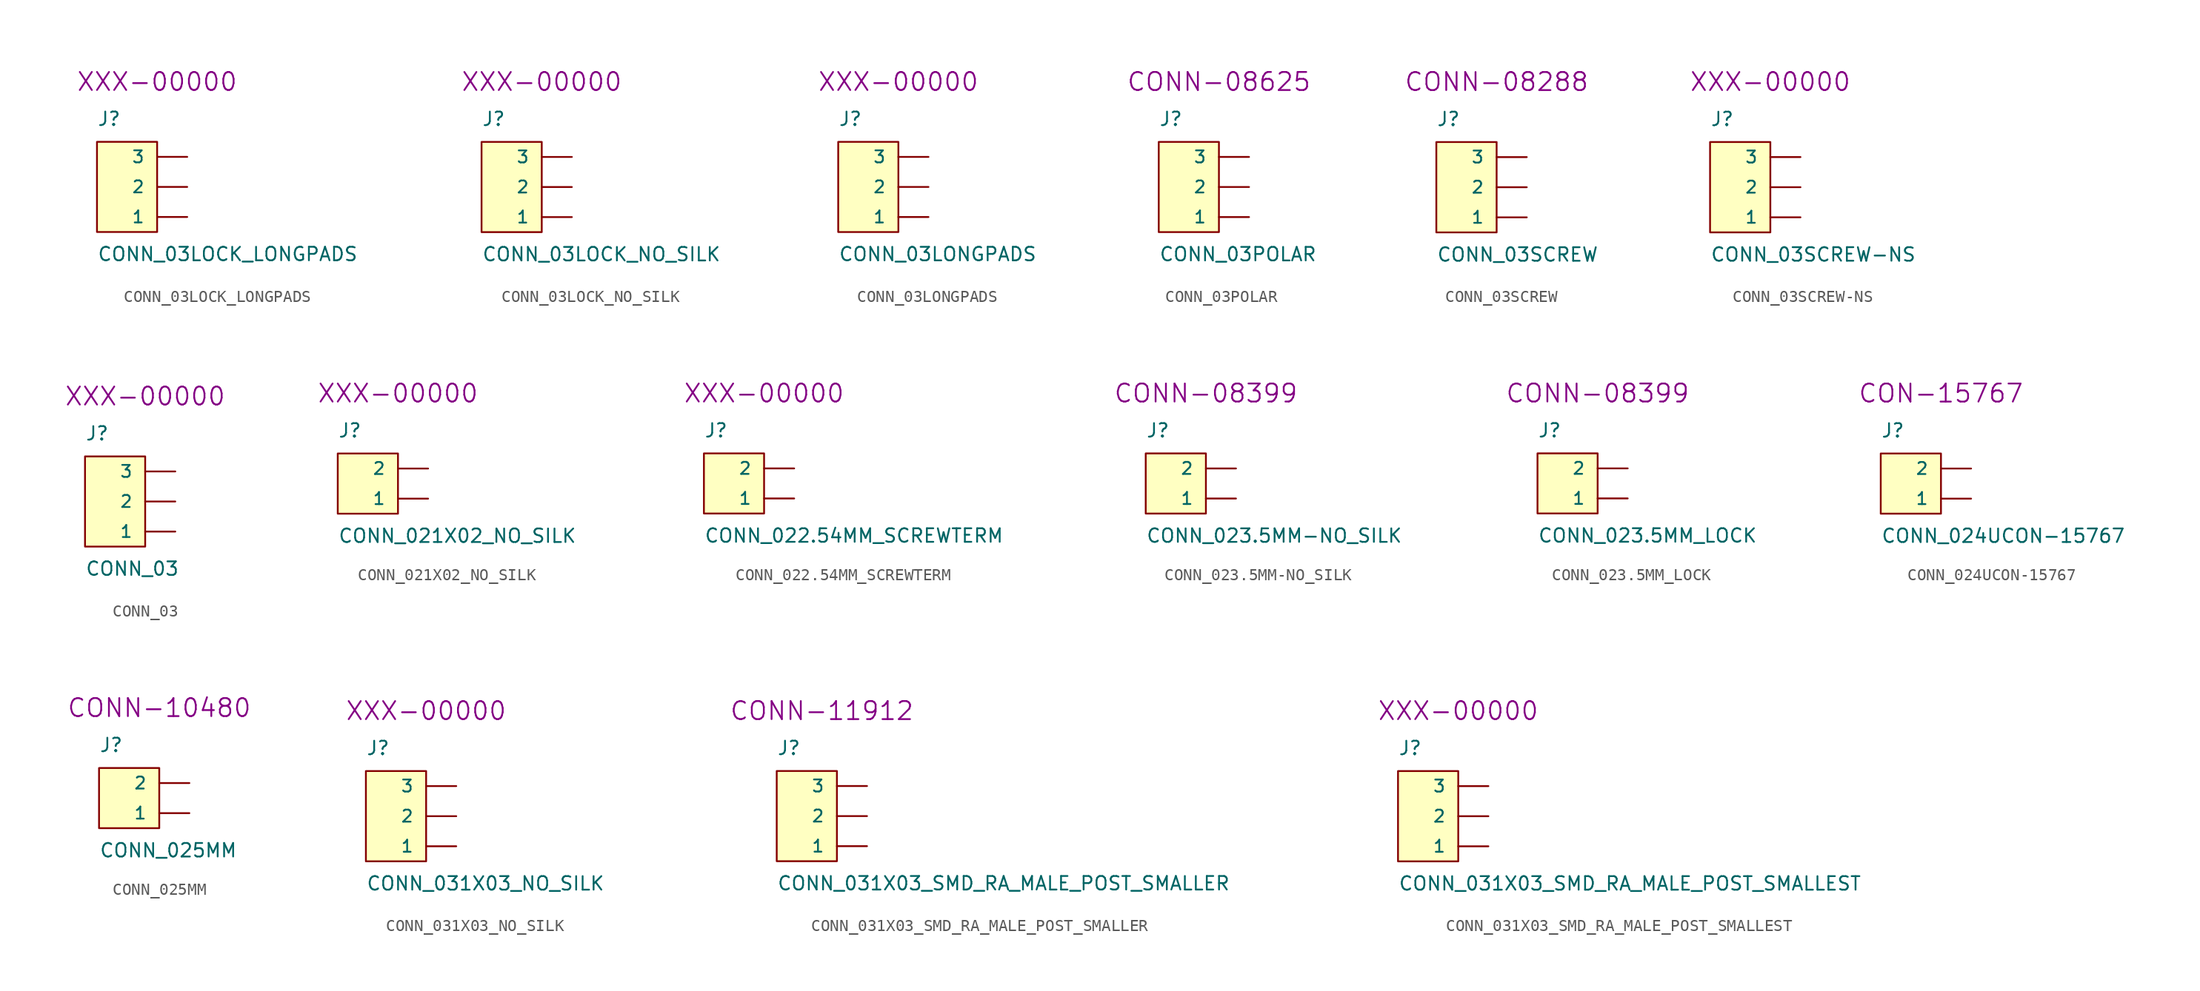
<source format=kicad_sym>
(kicad_symbol_lib
  (version 20201005)
  (generator kicad_symbol_editor)
  (symbol "CONN_03LOCK_LONGPADS"
    (pin_numbers hide)
    (pin_names
      (offset 1.016))
    (property "Reference" "J"
      (at -5.08 7.62 0)
      (effects (font (size 1.143 1.143)) (justify left bottom)))
    (property "Value" "CONN_03LOCK_LONGPADS"
      (at -5.08 -3.81 0)
      (effects (font (size 1.143 1.143)) (justify left bottom)))
    (property "Field4" "XXX-00000"
      (at 0 11.43 0)
      (effects (font (size 1.524 1.524))))
    (property "ki_locked" ""
      (at 0 0 0)
      (effects (font (size 1.27 1.27))))
    (symbol "CONN_03LOCK_LONGPADS_0_1"
      (rectangle (start 0 -1.27) (end -5.08 6.35) (stroke (width 0)) (fill (type background))))
    (symbol "CONN_03LOCK_LONGPADS_1_1"
      (pin passive line (at 2.54 0 180) (length 2.54) (name "1" (effects (font (size 1.016 1.016)))) (number "1" (effects (font (size 1.016 1.016)))))
      (pin passive line (at 2.54 2.54 180) (length 2.54) (name "2" (effects (font (size 1.016 1.016)))) (number "2" (effects (font (size 1.016 1.016)))))
      (pin passive line (at 2.54 5.08 180) (length 2.54) (name "3" (effects (font (size 1.016 1.016)))) (number "3" (effects (font (size 1.016 1.016)))))))
  (symbol "CONN_03LOCK_NO_SILK"
    (pin_numbers hide)
    (pin_names
      (offset 1.016))
    (property "Reference" "J"
      (at -5.08 7.62 0)
      (effects (font (size 1.143 1.143)) (justify left bottom)))
    (property "Value" "CONN_03LOCK_NO_SILK"
      (at -5.08 -3.81 0)
      (effects (font (size 1.143 1.143)) (justify left bottom)))
    (property "Field4" "XXX-00000"
      (at 0 11.43 0)
      (effects (font (size 1.524 1.524))))
    (property "ki_locked" ""
      (at 0 0 0)
      (effects (font (size 1.27 1.27))))
    (symbol "CONN_03LOCK_NO_SILK_0_1"
      (rectangle (start 0 -1.27) (end -5.08 6.35) (stroke (width 0)) (fill (type background))))
    (symbol "CONN_03LOCK_NO_SILK_1_1"
      (pin passive line (at 2.54 0 180) (length 2.54) (name "1" (effects (font (size 1.016 1.016)))) (number "1" (effects (font (size 1.016 1.016)))))
      (pin passive line (at 2.54 2.54 180) (length 2.54) (name "2" (effects (font (size 1.016 1.016)))) (number "2" (effects (font (size 1.016 1.016)))))
      (pin passive line (at 2.54 5.08 180) (length 2.54) (name "3" (effects (font (size 1.016 1.016)))) (number "3" (effects (font (size 1.016 1.016)))))))
  (symbol "CONN_03LONGPADS"
    (pin_numbers hide)
    (pin_names
      (offset 1.016))
    (property "Reference" "J"
      (at -5.08 7.62 0)
      (effects (font (size 1.143 1.143)) (justify left bottom)))
    (property "Value" "CONN_03LONGPADS"
      (at -5.08 -3.81 0)
      (effects (font (size 1.143 1.143)) (justify left bottom)))
    (property "Field4" "XXX-00000"
      (at 0 11.43 0)
      (effects (font (size 1.524 1.524))))
    (property "ki_locked" ""
      (at 0 0 0)
      (effects (font (size 1.27 1.27))))
    (symbol "CONN_03LONGPADS_0_1"
      (rectangle (start 0 -1.27) (end -5.08 6.35) (stroke (width 0)) (fill (type background))))
    (symbol "CONN_03LONGPADS_1_1"
      (pin passive line (at 2.54 0 180) (length 2.54) (name "1" (effects (font (size 1.016 1.016)))) (number "1" (effects (font (size 1.016 1.016)))))
      (pin passive line (at 2.54 2.54 180) (length 2.54) (name "2" (effects (font (size 1.016 1.016)))) (number "2" (effects (font (size 1.016 1.016)))))
      (pin passive line (at 2.54 5.08 180) (length 2.54) (name "3" (effects (font (size 1.016 1.016)))) (number "3" (effects (font (size 1.016 1.016)))))))
  (symbol "CONN_03POLAR"
    (pin_numbers hide)
    (pin_names
      (offset 1.016))
    (property "Reference" "J"
      (at -5.08 7.62 0)
      (effects (font (size 1.143 1.143)) (justify left bottom)))
    (property "Value" "CONN_03POLAR"
      (at -5.08 -3.81 0)
      (effects (font (size 1.143 1.143)) (justify left bottom)))
    (property "Field4" "CONN-08625"
      (at 0 11.43 0)
      (effects (font (size 1.524 1.524))))
    (property "ki_locked" ""
      (at 0 0 0)
      (effects (font (size 1.27 1.27))))
    (symbol "CONN_03POLAR_0_1"
      (rectangle (start 0 -1.27) (end -5.08 6.35) (stroke (width 0)) (fill (type background))))
    (symbol "CONN_03POLAR_1_1"
      (pin passive line (at 2.54 0 180) (length 2.54) (name "1" (effects (font (size 1.016 1.016)))) (number "1" (effects (font (size 1.016 1.016)))))
      (pin passive line (at 2.54 2.54 180) (length 2.54) (name "2" (effects (font (size 1.016 1.016)))) (number "2" (effects (font (size 1.016 1.016)))))
      (pin passive line (at 2.54 5.08 180) (length 2.54) (name "3" (effects (font (size 1.016 1.016)))) (number "3" (effects (font (size 1.016 1.016)))))))
  (symbol "CONN_03SCREW"
    (pin_numbers hide)
    (pin_names
      (offset 1.016))
    (property "Reference" "J"
      (at -5.08 7.62 0)
      (effects (font (size 1.143 1.143)) (justify left bottom)))
    (property "Value" "CONN_03SCREW"
      (at -5.08 -3.81 0)
      (effects (font (size 1.143 1.143)) (justify left bottom)))
    (property "Field4" "CONN-08288"
      (at 0 11.43 0)
      (effects (font (size 1.524 1.524))))
    (property "ki_locked" ""
      (at 0 0 0)
      (effects (font (size 1.27 1.27))))
    (symbol "CONN_03SCREW_0_1"
      (rectangle (start 0 -1.27) (end -5.08 6.35) (stroke (width 0)) (fill (type background))))
    (symbol "CONN_03SCREW_1_1"
      (pin passive line (at 2.54 0 180) (length 2.54) (name "1" (effects (font (size 1.016 1.016)))) (number "1" (effects (font (size 1.016 1.016)))))
      (pin passive line (at 2.54 2.54 180) (length 2.54) (name "2" (effects (font (size 1.016 1.016)))) (number "2" (effects (font (size 1.016 1.016)))))
      (pin passive line (at 2.54 5.08 180) (length 2.54) (name "3" (effects (font (size 1.016 1.016)))) (number "3" (effects (font (size 1.016 1.016)))))))
  (symbol "CONN_03SCREW-NS"
    (pin_numbers hide)
    (pin_names
      (offset 1.016))
    (property "Reference" "J"
      (at -5.08 7.62 0)
      (effects (font (size 1.143 1.143)) (justify left bottom)))
    (property "Value" "CONN_03SCREW-NS"
      (at -5.08 -3.81 0)
      (effects (font (size 1.143 1.143)) (justify left bottom)))
    (property "Field4" "XXX-00000"
      (at 0 11.43 0)
      (effects (font (size 1.524 1.524))))
    (property "ki_locked" ""
      (at 0 0 0)
      (effects (font (size 1.27 1.27))))
    (symbol "CONN_03SCREW-NS_0_1"
      (rectangle (start 0 -1.27) (end -5.08 6.35) (stroke (width 0)) (fill (type background))))
    (symbol "CONN_03SCREW-NS_1_1"
      (pin passive line (at 2.54 0 180) (length 2.54) (name "1" (effects (font (size 1.016 1.016)))) (number "1" (effects (font (size 1.016 1.016)))))
      (pin passive line (at 2.54 2.54 180) (length 2.54) (name "2" (effects (font (size 1.016 1.016)))) (number "2" (effects (font (size 1.016 1.016)))))
      (pin passive line (at 2.54 5.08 180) (length 2.54) (name "3" (effects (font (size 1.016 1.016)))) (number "3" (effects (font (size 1.016 1.016)))))))
  (symbol "CONN_03"
    (pin_numbers hide)
    (pin_names
      (offset 1.016))
    (property "Reference" "J"
      (at -5.08 7.62 0)
      (effects (font (size 1.143 1.143)) (justify left bottom)))
    (property "Value" "CONN_03"
      (at -5.08 -3.81 0)
      (effects (font (size 1.143 1.143)) (justify left bottom)))
    (property "Field4" "XXX-00000"
      (at 0 11.43 0)
      (effects (font (size 1.524 1.524))))
    (property "ki_locked" ""
      (at 0 0 0)
      (effects (font (size 1.27 1.27))))
    (symbol "CONN_03_0_1"
      (rectangle (start 0 -1.27) (end -5.08 6.35) (stroke (width 0)) (fill (type background))))
    (symbol "CONN_03_1_1"
      (pin passive line (at 2.54 0 180) (length 2.54) (name "1" (effects (font (size 1.016 1.016)))) (number "1" (effects (font (size 1.016 1.016)))))
      (pin passive line (at 2.54 2.54 180) (length 2.54) (name "2" (effects (font (size 1.016 1.016)))) (number "2" (effects (font (size 1.016 1.016)))))
      (pin passive line (at 2.54 5.08 180) (length 2.54) (name "3" (effects (font (size 1.016 1.016)))) (number "3" (effects (font (size 1.016 1.016)))))))
  (symbol "CONN_021X02_NO_SILK"
    (pin_numbers hide)
    (pin_names
      (offset 1.016))
    (property "Reference" "J"
      (at -5.08 5.08 0)
      (effects (font (size 1.143 1.143)) (justify left bottom)))
    (property "Value" "CONN_021X02_NO_SILK"
      (at -5.08 -3.81 0)
      (effects (font (size 1.143 1.143)) (justify left bottom)))
    (property "Field4" "XXX-00000"
      (at 0 8.89 0)
      (effects (font (size 1.524 1.524))))
    (property "ki_locked" ""
      (at 0 0 0)
      (effects (font (size 1.27 1.27))))
    (symbol "CONN_021X02_NO_SILK_1_0"
      (rectangle (start 0 -1.27) (end -5.08 3.81) (stroke (width 0)) (fill (type background))))
    (symbol "CONN_021X02_NO_SILK_1_1"
      (pin passive line (at 2.54 0 180) (length 2.54) (name "1" (effects (font (size 1.016 1.016)))) (number "1" (effects (font (size 1.016 1.016)))))
      (pin passive line (at 2.54 2.54 180) (length 2.54) (name "2" (effects (font (size 1.016 1.016)))) (number "2" (effects (font (size 1.016 1.016)))))))
  (symbol "CONN_022.54MM_SCREWTERM"
    (pin_numbers hide)
    (pin_names
      (offset 1.016))
    (property "Reference" "J"
      (at -5.08 5.08 0)
      (effects (font (size 1.143 1.143)) (justify left bottom)))
    (property "Value" "CONN_022.54MM_SCREWTERM"
      (at -5.08 -3.81 0)
      (effects (font (size 1.143 1.143)) (justify left bottom)))
    (property "Field4" "XXX-00000"
      (at 0 8.89 0)
      (effects (font (size 1.524 1.524))))
    (property "ki_locked" ""
      (at 0 0 0)
      (effects (font (size 1.27 1.27))))
    (symbol "CONN_022.54MM_SCREWTERM_1_0"
      (rectangle (start 0 -1.27) (end -5.08 3.81) (stroke (width 0)) (fill (type background))))
    (symbol "CONN_022.54MM_SCREWTERM_1_1"
      (pin passive line (at 2.54 0 180) (length 2.54) (name "1" (effects (font (size 1.016 1.016)))) (number "1" (effects (font (size 1.016 1.016)))))
      (pin passive line (at 2.54 2.54 180) (length 2.54) (name "2" (effects (font (size 1.016 1.016)))) (number "2" (effects (font (size 1.016 1.016)))))))
  (symbol "CONN_023.5MM-NO_SILK"
    (pin_numbers hide)
    (pin_names
      (offset 1.016))
    (property "Reference" "J"
      (at -5.08 5.08 0)
      (effects (font (size 1.143 1.143)) (justify left bottom)))
    (property "Value" "CONN_023.5MM-NO_SILK"
      (at -5.08 -3.81 0)
      (effects (font (size 1.143 1.143)) (justify left bottom)))
    (property "Field4" "CONN-08399"
      (at 0 8.89 0)
      (effects (font (size 1.524 1.524))))
    (property "ki_locked" ""
      (at 0 0 0)
      (effects (font (size 1.27 1.27))))
    (symbol "CONN_023.5MM-NO_SILK_1_0"
      (rectangle (start 0 -1.27) (end -5.08 3.81) (stroke (width 0)) (fill (type background))))
    (symbol "CONN_023.5MM-NO_SILK_1_1"
      (pin passive line (at 2.54 0 180) (length 2.54) (name "1" (effects (font (size 1.016 1.016)))) (number "1" (effects (font (size 1.016 1.016)))))
      (pin passive line (at 2.54 2.54 180) (length 2.54) (name "2" (effects (font (size 1.016 1.016)))) (number "2" (effects (font (size 1.016 1.016)))))))
  (symbol "CONN_023.5MM_LOCK"
    (pin_numbers hide)
    (pin_names
      (offset 1.016))
    (property "Reference" "J"
      (at -5.08 5.08 0)
      (effects (font (size 1.143 1.143)) (justify left bottom)))
    (property "Value" "CONN_023.5MM_LOCK"
      (at -5.08 -3.81 0)
      (effects (font (size 1.143 1.143)) (justify left bottom)))
    (property "Field4" "CONN-08399"
      (at 0 8.89 0)
      (effects (font (size 1.524 1.524))))
    (property "ki_locked" ""
      (at 0 0 0)
      (effects (font (size 1.27 1.27))))
    (symbol "CONN_023.5MM_LOCK_1_0"
      (rectangle (start 0 -1.27) (end -5.08 3.81) (stroke (width 0)) (fill (type background))))
    (symbol "CONN_023.5MM_LOCK_1_1"
      (pin passive line (at 2.54 0 180) (length 2.54) (name "1" (effects (font (size 1.016 1.016)))) (number "1" (effects (font (size 1.016 1.016)))))
      (pin passive line (at 2.54 2.54 180) (length 2.54) (name "2" (effects (font (size 1.016 1.016)))) (number "2" (effects (font (size 1.016 1.016)))))))
  (symbol "CONN_024UCON-15767"
    (pin_numbers hide)
    (pin_names
      (offset 1.016))
    (property "Reference" "J"
      (at -5.08 5.08 0)
      (effects (font (size 1.143 1.143)) (justify left bottom)))
    (property "Value" "CONN_024UCON-15767"
      (at -5.08 -3.81 0)
      (effects (font (size 1.143 1.143)) (justify left bottom)))
    (property "Field4" "CON-15767"
      (at 0 8.89 0)
      (effects (font (size 1.524 1.524))))
    (property "ki_locked" ""
      (at 0 0 0)
      (effects (font (size 1.27 1.27))))
    (symbol "CONN_024UCON-15767_1_0"
      (rectangle (start 0 -1.27) (end -5.08 3.81) (stroke (width 0)) (fill (type background))))
    (symbol "CONN_024UCON-15767_1_1"
      (pin passive line (at 2.54 0 180) (length 2.54) (name "1" (effects (font (size 1.016 1.016)))) (number "1" (effects (font (size 1.016 1.016)))))
      (pin passive line (at 2.54 2.54 180) (length 2.54) (name "2" (effects (font (size 1.016 1.016)))) (number "2" (effects (font (size 1.016 1.016)))))))
  (symbol "CONN_025MM"
    (pin_numbers hide)
    (pin_names
      (offset 1.016))
    (property "Reference" "J"
      (at -5.08 5.08 0)
      (effects (font (size 1.143 1.143)) (justify left bottom)))
    (property "Value" "CONN_025MM"
      (at -5.08 -3.81 0)
      (effects (font (size 1.143 1.143)) (justify left bottom)))
    (property "Field4" "CONN-10480"
      (at 0 8.89 0)
      (effects (font (size 1.524 1.524))))
    (property "ki_locked" ""
      (at 0 0 0)
      (effects (font (size 1.27 1.27))))
    (symbol "CONN_025MM_1_0"
      (rectangle (start 0 -1.27) (end -5.08 3.81) (stroke (width 0)) (fill (type background))))
    (symbol "CONN_025MM_1_1"
      (pin passive line (at 2.54 0 180) (length 2.54) (name "1" (effects (font (size 1.016 1.016)))) (number "1" (effects (font (size 1.016 1.016)))))
      (pin passive line (at 2.54 2.54 180) (length 2.54) (name "2" (effects (font (size 1.016 1.016)))) (number "2" (effects (font (size 1.016 1.016)))))))
  (symbol "CONN_031X03_NO_SILK"
    (pin_numbers hide)
    (pin_names
      (offset 1.016))
    (property "Reference" "J"
      (at -5.08 7.62 0)
      (effects (font (size 1.143 1.143)) (justify left bottom)))
    (property "Value" "CONN_031X03_NO_SILK"
      (at -5.08 -3.81 0)
      (effects (font (size 1.143 1.143)) (justify left bottom)))
    (property "Field4" "XXX-00000"
      (at 0 11.43 0)
      (effects (font (size 1.524 1.524))))
    (property "ki_locked" ""
      (at 0 0 0)
      (effects (font (size 1.27 1.27))))
    (symbol "CONN_031X03_NO_SILK_0_1"
      (rectangle (start 0 -1.27) (end -5.08 6.35) (stroke (width 0)) (fill (type background))))
    (symbol "CONN_031X03_NO_SILK_1_1"
      (pin passive line (at 2.54 0 180) (length 2.54) (name "1" (effects (font (size 1.016 1.016)))) (number "1" (effects (font (size 1.016 1.016)))))
      (pin passive line (at 2.54 2.54 180) (length 2.54) (name "2" (effects (font (size 1.016 1.016)))) (number "2" (effects (font (size 1.016 1.016)))))
      (pin passive line (at 2.54 5.08 180) (length 2.54) (name "3" (effects (font (size 1.016 1.016)))) (number "3" (effects (font (size 1.016 1.016)))))))
  (symbol "CONN_031X03_SMD_RA_MALE_POST_SMALLER"
    (pin_numbers hide)
    (pin_names
      (offset 1.016))
    (property "Reference" "J"
      (at -3.81 7.62 0)
      (effects (font (size 1.143 1.143)) (justify left bottom)))
    (property "Value" "CONN_031X03_SMD_RA_MALE_POST_SMALLER"
      (at -3.81 -3.81 0)
      (effects (font (size 1.143 1.143)) (justify left bottom)))
    (property "Field4" "CONN-11912"
      (at 0 11.43 0)
      (effects (font (size 1.524 1.524))))
    (property "ki_locked" ""
      (at 0 0 0)
      (effects (font (size 1.27 1.27))))
    (symbol "CONN_031X03_SMD_RA_MALE_POST_SMALLER_0_1"
      (rectangle (start 1.27 -1.27) (end -3.81 6.35) (stroke (width 0)) (fill (type background))))
    (symbol "CONN_031X03_SMD_RA_MALE_POST_SMALLER_1_1"
      (pin passive line (at 3.81 0 180) (length 2.54) (name "1" (effects (font (size 1.016 1.016)))) (number "1" (effects (font (size 1.016 1.016)))))
      (pin passive line (at 3.81 2.54 180) (length 2.54) (name "2" (effects (font (size 1.016 1.016)))) (number "2" (effects (font (size 1.016 1.016)))))
      (pin passive line (at 3.81 5.08 180) (length 2.54) (name "3" (effects (font (size 1.016 1.016)))) (number "3" (effects (font (size 1.016 1.016)))))))
  (symbol "CONN_031X03_SMD_RA_MALE_POST_SMALLEST"
    (pin_numbers hide)
    (pin_names
      (offset 1.016))
    (property "Reference" "J"
      (at -5.08 7.62 0)
      (effects (font (size 1.143 1.143)) (justify left bottom)))
    (property "Value" "CONN_031X03_SMD_RA_MALE_POST_SMALLEST"
      (at -5.08 -3.81 0)
      (effects (font (size 1.143 1.143)) (justify left bottom)))
    (property "Field4" "XXX-00000"
      (at 0 11.43 0)
      (effects (font (size 1.524 1.524))))
    (property "ki_locked" ""
      (at 0 0 0)
      (effects (font (size 1.27 1.27))))
    (symbol "CONN_031X03_SMD_RA_MALE_POST_SMALLEST_0_1"
      (rectangle (start 0 -1.27) (end -5.08 6.35) (stroke (width 0)) (fill (type background))))
    (symbol "CONN_031X03_SMD_RA_MALE_POST_SMALLEST_1_1"
      (pin passive line (at 2.54 0 180) (length 2.54) (name "1" (effects (font (size 1.016 1.016)))) (number "1" (effects (font (size 1.016 1.016)))))
      (pin passive line (at 2.54 2.54 180) (length 2.54) (name "2" (effects (font (size 1.016 1.016)))) (number "2" (effects (font (size 1.016 1.016)))))
      (pin passive line (at 2.54 5.08 180) (length 2.54) (name "3" (effects (font (size 1.016 1.016)))) (number "3" (effects (font (size 1.016 1.016))))))))
</source>
